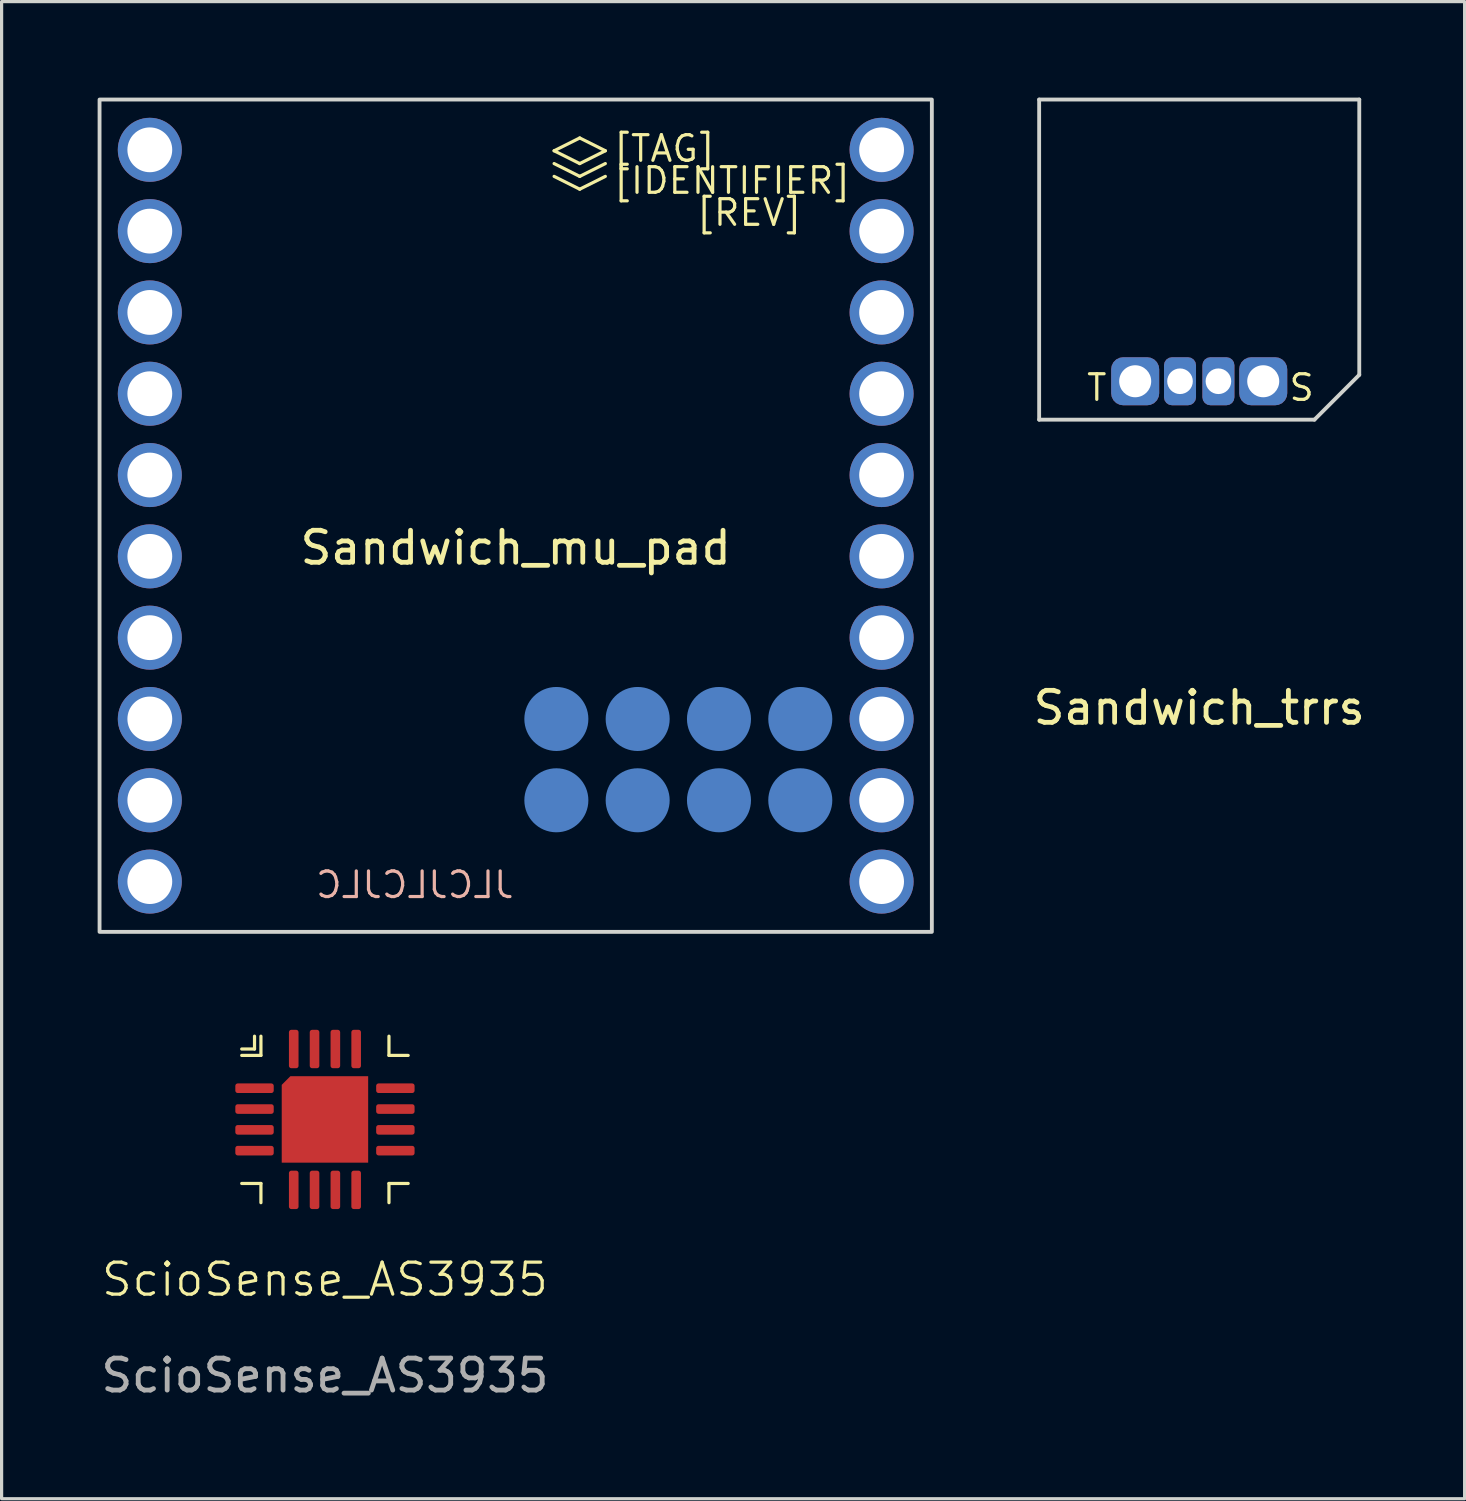
<source format=kicad_pcb>
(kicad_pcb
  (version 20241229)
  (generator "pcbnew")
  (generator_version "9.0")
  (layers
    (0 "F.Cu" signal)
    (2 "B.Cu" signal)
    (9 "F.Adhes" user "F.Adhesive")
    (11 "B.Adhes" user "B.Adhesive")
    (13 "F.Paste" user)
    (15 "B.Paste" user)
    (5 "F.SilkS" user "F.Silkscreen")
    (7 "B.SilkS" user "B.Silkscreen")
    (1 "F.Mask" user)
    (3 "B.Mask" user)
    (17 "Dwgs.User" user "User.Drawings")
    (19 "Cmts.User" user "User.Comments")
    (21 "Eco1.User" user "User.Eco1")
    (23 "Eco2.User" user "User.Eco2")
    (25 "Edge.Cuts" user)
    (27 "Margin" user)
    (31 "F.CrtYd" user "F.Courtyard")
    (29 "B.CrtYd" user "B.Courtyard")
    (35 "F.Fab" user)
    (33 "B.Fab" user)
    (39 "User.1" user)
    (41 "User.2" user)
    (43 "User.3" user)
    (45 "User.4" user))
  (footprint "Sandwich_mu_pad"
    (layer "F.Cu")
    (at 13.06 13.06)
    (property "Reference" "Sandwich_mu_pad" (at 0 1 0) (unlocked yes) (layer "F.SilkS") (effects (font (size 1 1) (thickness 0.15))))
    (attr smd)
    (fp_line (start 1.2 -11.4) (end 2 -11) (stroke (width 0.1) (type default)) (layer "F.SilkS"))
    (fp_line (start 1.2 -11) (end 2 -10.6) (stroke (width 0.1) (type default)) (layer "F.SilkS"))
    (fp_line (start 1.2 -10.6) (end 2 -10.2) (stroke (width 0.1) (type default)) (layer "F.SilkS"))
    (fp_line (start 2 -11.8) (end 1.2 -11.4) (stroke (width 0.1) (type default)) (layer "F.SilkS"))
    (fp_line (start 2 -11.8) (end 2.8 -11.4) (stroke (width 0.1) (type default)) (layer "F.SilkS"))
    (fp_line (start 2 -11) (end 2.8 -11.4) (stroke (width 0.1) (type default)) (layer "F.SilkS"))
    (fp_line (start 2 -10.6) (end 2.8 -11) (stroke (width 0.1) (type default)) (layer "F.SilkS"))
    (fp_line (start 2 -10.2) (end 2.8 -10.6) (stroke (width 0.1) (type default)) (layer "F.SilkS"))
    (fp_rect (start -13 -13) (end 13 13) (stroke (width 0.12) (type solid)) (fill no) (layer "Edge.Cuts"))
    (fp_text user "[REV]" (at 9 -9 0) (unlocked yes) (layer "F.SilkS") (effects (font (size 0.8 0.8) (thickness 0.1)) (justify right bottom)))
    (fp_text user "[IDENTIFIER]" (at 3 -10 0) (unlocked yes) (layer "F.SilkS") (effects (font (size 0.8 0.8) (thickness 0.1)) (justify left bottom)))
    (fp_text user "[TAG]" (at 3 -11 0) (unlocked yes) (layer "F.SilkS") (effects (font (size 0.8 0.8) (thickness 0.1)) (justify left bottom)))
    (fp_text user "JLCJLCJLC" (at 0 12 0) (unlocked yes) (layer "B.SilkS") (effects (font (size 0.8 0.8) (thickness 0.1)) (justify left bottom mirror)))
    (pad "1" thru_hole circle (at -11.43 11.43) (size 2 2) (drill 1.4) (layers "*.Cu" "*.Mask"))
    (pad "2" thru_hole circle (at -11.43 8.89) (size 2 2) (drill 1.4) (layers "*.Cu" "*.Mask"))
    (pad "3" thru_hole circle (at -11.43 6.35) (size 2 2) (drill 1.4) (layers "*.Cu" "*.Mask"))
    (pad "4" thru_hole circle (at -11.43 3.81) (size 2 2) (drill 1.4) (layers "*.Cu" "*.Mask"))
    (pad "5" thru_hole circle (at -11.43 1.27) (size 2 2) (drill 1.4) (layers "*.Cu" "*.Mask"))
    (pad "6" thru_hole circle (at -11.43 -1.27) (size 2 2) (drill 1.4) (layers "*.Cu" "*.Mask"))
    (pad "7" thru_hole circle (at -11.43 -3.81) (size 2 2) (drill 1.4) (layers "*.Cu" "*.Mask"))
    (pad "8" thru_hole circle (at -11.43 -6.35) (size 2 2) (drill 1.4) (layers "*.Cu" "*.Mask"))
    (pad "9" thru_hole circle (at -11.43 -8.89) (size 2 2) (drill 1.4) (layers "*.Cu" "*.Mask"))
    (pad "10" thru_hole circle (at -11.43 -11.43) (size 2 2) (drill 1.4) (layers "*.Cu" "*.Mask"))
    (pad "11" thru_hole circle (at 11.43 -11.43) (size 2 2) (drill 1.4) (layers "*.Cu" "*.Mask"))
    (pad "12" thru_hole circle (at 11.43 -8.89) (size 2 2) (drill 1.4) (layers "*.Cu" "*.Mask"))
    (pad "13" thru_hole circle (at 11.43 -6.35) (size 2 2) (drill 1.4) (layers "*.Cu" "*.Mask"))
    (pad "14" thru_hole circle (at 11.43 -3.81) (size 2 2) (drill 1.4) (layers "*.Cu" "*.Mask"))
    (pad "15" thru_hole circle (at 11.43 -1.27) (size 2 2) (drill 1.4) (layers "*.Cu" "*.Mask"))
    (pad "16" thru_hole circle (at 11.43 1.27) (size 2 2) (drill 1.4) (layers "*.Cu" "*.Mask"))
    (pad "17" thru_hole circle (at 11.43 3.81) (size 2 2) (drill 1.4) (layers "*.Cu" "*.Mask"))
    (pad "18" thru_hole circle (at 11.43 6.35) (size 2 2) (drill 1.4) (layers "*.Cu" "*.Mask"))
    (pad "19" thru_hole circle (at 11.43 8.89) (size 2 2) (drill 1.4) (layers "*.Cu" "*.Mask"))
    (pad "20" thru_hole circle (at 11.43 11.43) (size 2 2) (drill 1.4) (layers "*.Cu" "*.Mask"))
    (pad "21" smd circle (at 1.27 6.35) (size 2 2) (layers "B.Cu" "B.Mask" "B.Adhes" "B.Paste"))
    (pad "22" smd circle (at 3.81 6.35) (size 2 2) (layers "B.Cu" "B.Mask" "B.Adhes" "B.Paste"))
    (pad "23" smd circle (at 6.35 6.35) (size 2 2) (layers "B.Cu" "B.Mask" "B.Adhes" "B.Paste"))
    (pad "24" smd circle (at 8.89 6.35) (size 2 2) (layers "B.Cu" "B.Mask" "B.Adhes" "B.Paste"))
    (pad "25" smd circle (at 1.27 8.89) (size 2 2) (layers "B.Cu" "B.Mask" "B.Adhes" "B.Paste"))
    (pad "26" smd circle (at 3.81 8.89) (size 2 2) (layers "B.Cu" "B.Mask" "B.Adhes" "B.Paste"))
    (pad "27" smd circle (at 6.35 8.89) (size 2 2) (layers "B.Cu" "B.Mask" "B.Adhes" "B.Paste"))
    (pad "28" smd circle (at 8.89 8.89) (size 2 2) (layers "B.Cu" "B.Mask" "B.Adhes" "B.Paste")))
  (footprint "ScioSense_AS3935"
    (layer "F.Cu")
    (at 7.101 31.92)
    (property "Reference" "ScioSense_AS3935" (at 0 5 0) (unlocked yes) (layer "F.SilkS") (effects (font (size 1 1) (thickness 0.1))))
    (attr smd)
    (fp_line (start -2.6 -2.2) (end -2.2 -2.2) (stroke (width 0.1) (type default)) (layer "F.SilkS"))
    (fp_line (start -2.6 -2) (end -2 -2) (stroke (width 0.1) (type default)) (layer "F.SilkS"))
    (fp_line (start -2.2 -2.2) (end -2.2 -2.6) (stroke (width 0.1) (type default)) (layer "F.SilkS"))
    (fp_line (start -2 -2) (end -2 -2.6) (stroke (width 0.1) (type default)) (layer "F.SilkS"))
    (fp_line (start -2 2) (end -2.6 2) (stroke (width 0.1) (type default)) (layer "F.SilkS"))
    (fp_line (start -2 2.6) (end -2 2) (stroke (width 0.1) (type default)) (layer "F.SilkS"))
    (fp_line (start 2 -2.6) (end 2 -2) (stroke (width 0.1) (type default)) (layer "F.SilkS"))
    (fp_line (start 2 -2) (end 2.6 -2) (stroke (width 0.1) (type default)) (layer "F.SilkS"))
    (fp_line (start 2 2) (end 2.6 2) (stroke (width 0.1) (type default)) (layer "F.SilkS"))
    (fp_line (start 2 2.6) (end 2 2) (stroke (width 0.1) (type default)) (layer "F.SilkS"))
    (fp_text user "${REFERENCE}" (at 0 8 0) (unlocked yes) (layer "F.Fab") (effects (font (size 1 1) (thickness 0.15))))
    (pad "1" smd roundrect (at -2.2 -0.975) (size 1.2 0.3) (layers "F.Cu" "F.Mask" "F.Paste") (roundrect_rratio 0.25))
    (pad "2" smd roundrect (at -2.2 -0.325) (size 1.2 0.3) (layers "F.Cu" "F.Mask" "F.Paste") (roundrect_rratio 0.25))
    (pad "3" smd roundrect (at -2.2 0.325) (size 1.2 0.3) (layers "F.Cu" "F.Mask" "F.Paste") (roundrect_rratio 0.25))
    (pad "4" smd roundrect (at -2.2 0.975) (size 1.2 0.3) (layers "F.Cu" "F.Mask" "F.Paste") (roundrect_rratio 0.25))
    (pad "5" smd roundrect (at -0.975 2.2 90) (size 1.2 0.3) (layers "F.Cu" "F.Mask" "F.Paste") (roundrect_rratio 0.25))
    (pad "6" smd roundrect (at -0.325 2.2 90) (size 1.2 0.3) (layers "F.Cu" "F.Mask" "F.Paste") (roundrect_rratio 0.25))
    (pad "7" smd roundrect (at 0.325 2.2 90) (size 1.2 0.3) (layers "F.Cu" "F.Mask" "F.Paste") (roundrect_rratio 0.25))
    (pad "8" smd roundrect (at 0.975 2.2 90) (size 1.2 0.3) (layers "F.Cu" "F.Mask" "F.Paste") (roundrect_rratio 0.25))
    (pad "9" smd roundrect (at 2.2 0.975) (size 1.2 0.3) (layers "F.Cu" "F.Mask" "F.Paste") (roundrect_rratio 0.25))
    (pad "10" smd roundrect (at 2.2 0.325) (size 1.2 0.3) (layers "F.Cu" "F.Mask" "F.Paste") (roundrect_rratio 0.25))
    (pad "11" smd roundrect (at 2.2 -0.325) (size 1.2 0.3) (layers "F.Cu" "F.Mask" "F.Paste") (roundrect_rratio 0.25))
    (pad "12" smd roundrect (at 2.2 -0.975) (size 1.2 0.3) (layers "F.Cu" "F.Mask" "F.Paste") (roundrect_rratio 0.25))
    (pad "13" smd roundrect (at 0.975 -2.2 90) (size 1.2 0.3) (layers "F.Cu" "F.Mask" "F.Paste") (roundrect_rratio 0.25))
    (pad "14" smd roundrect (at 0.325 -2.2 90) (size 1.2 0.3) (layers "F.Cu" "F.Mask" "F.Paste") (roundrect_rratio 0.25))
    (pad "15" smd roundrect (at -0.325 -2.2 90) (size 1.2 0.3) (layers "F.Cu" "F.Mask" "F.Paste") (roundrect_rratio 0.25))
    (pad "16" smd roundrect (at -0.975 -2.2 90) (size 1.2 0.3) (layers "F.Cu" "F.Mask" "F.Paste") (roundrect_rratio 0.25))
    (pad "17" smd roundrect (at 0 0) (size 2.7 2.7) (layers "F.Cu" "F.Mask" "F.Paste") (roundrect_rratio 0) (chamfer_ratio 0.1) (chamfer top_left)))
  (footprint "Sandwich_trrs"
    (layer "F.Cu")
    (at 34.412 5.06)
    (property "Reference" "Sandwich_trrs" (at 0 14 0) (unlocked yes) (layer "F.SilkS") (effects (font (size 1 1) (thickness 0.15))))
    (attr smd)
    (fp_line (start -5 -5) (end -5 5) (stroke (width 0.12) (type solid)) (layer "Edge.Cuts"))
    (fp_line (start -5 5) (end 3.6 5) (stroke (width 0.12) (type solid)) (layer "Edge.Cuts"))
    (fp_line (start 5 -5) (end -5 -5) (stroke (width 0.12) (type solid)) (layer "Edge.Cuts"))
    (fp_line (start 5 3.6) (end 3.6 5) (stroke (width 0.12) (type solid)) (layer "Edge.Cuts"))
    (fp_line (start 5 3.6) (end 5 -5) (stroke (width 0.12) (type solid)) (layer "Edge.Cuts"))
    (fp_text user "S" (at 3.2 4 0) (unlocked yes) (layer "F.SilkS") (effects (font (size 0.8 0.8) (thickness 0.1))))
    (fp_text user "T" (at -3.2 4 0) (unlocked yes) (layer "F.SilkS") (effects (font (size 0.8 0.8) (thickness 0.1))))
    (pad "1" thru_hole roundrect (at -2 3.8 90) (size 1.5 1.5) (drill 1) (layers "*.Cu" "*.Mask") (roundrect_rratio 0.25))
    (pad "2" thru_hole roundrect (at -0.6 3.8 90) (size 1.5 1) (drill 0.8) (layers "*.Cu" "*.Mask") (roundrect_rratio 0.25))
    (pad "3" thru_hole roundrect (at 0.6 3.8 90) (size 1.5 1) (drill 0.8) (layers "*.Cu" "*.Mask") (roundrect_rratio 0.25))
    (pad "4" thru_hole roundrect (at 2 3.8 90) (size 1.5 1.5) (drill 1) (layers "*.Cu" "*.Mask") (roundrect_rratio 0.25)))
  (gr_rect
    (start -3 -3)
    (end 42.703 43.768)
    (stroke (width 0.1) (type default))
    (fill no)
    (layer "Edge.Cuts")))
</source>
